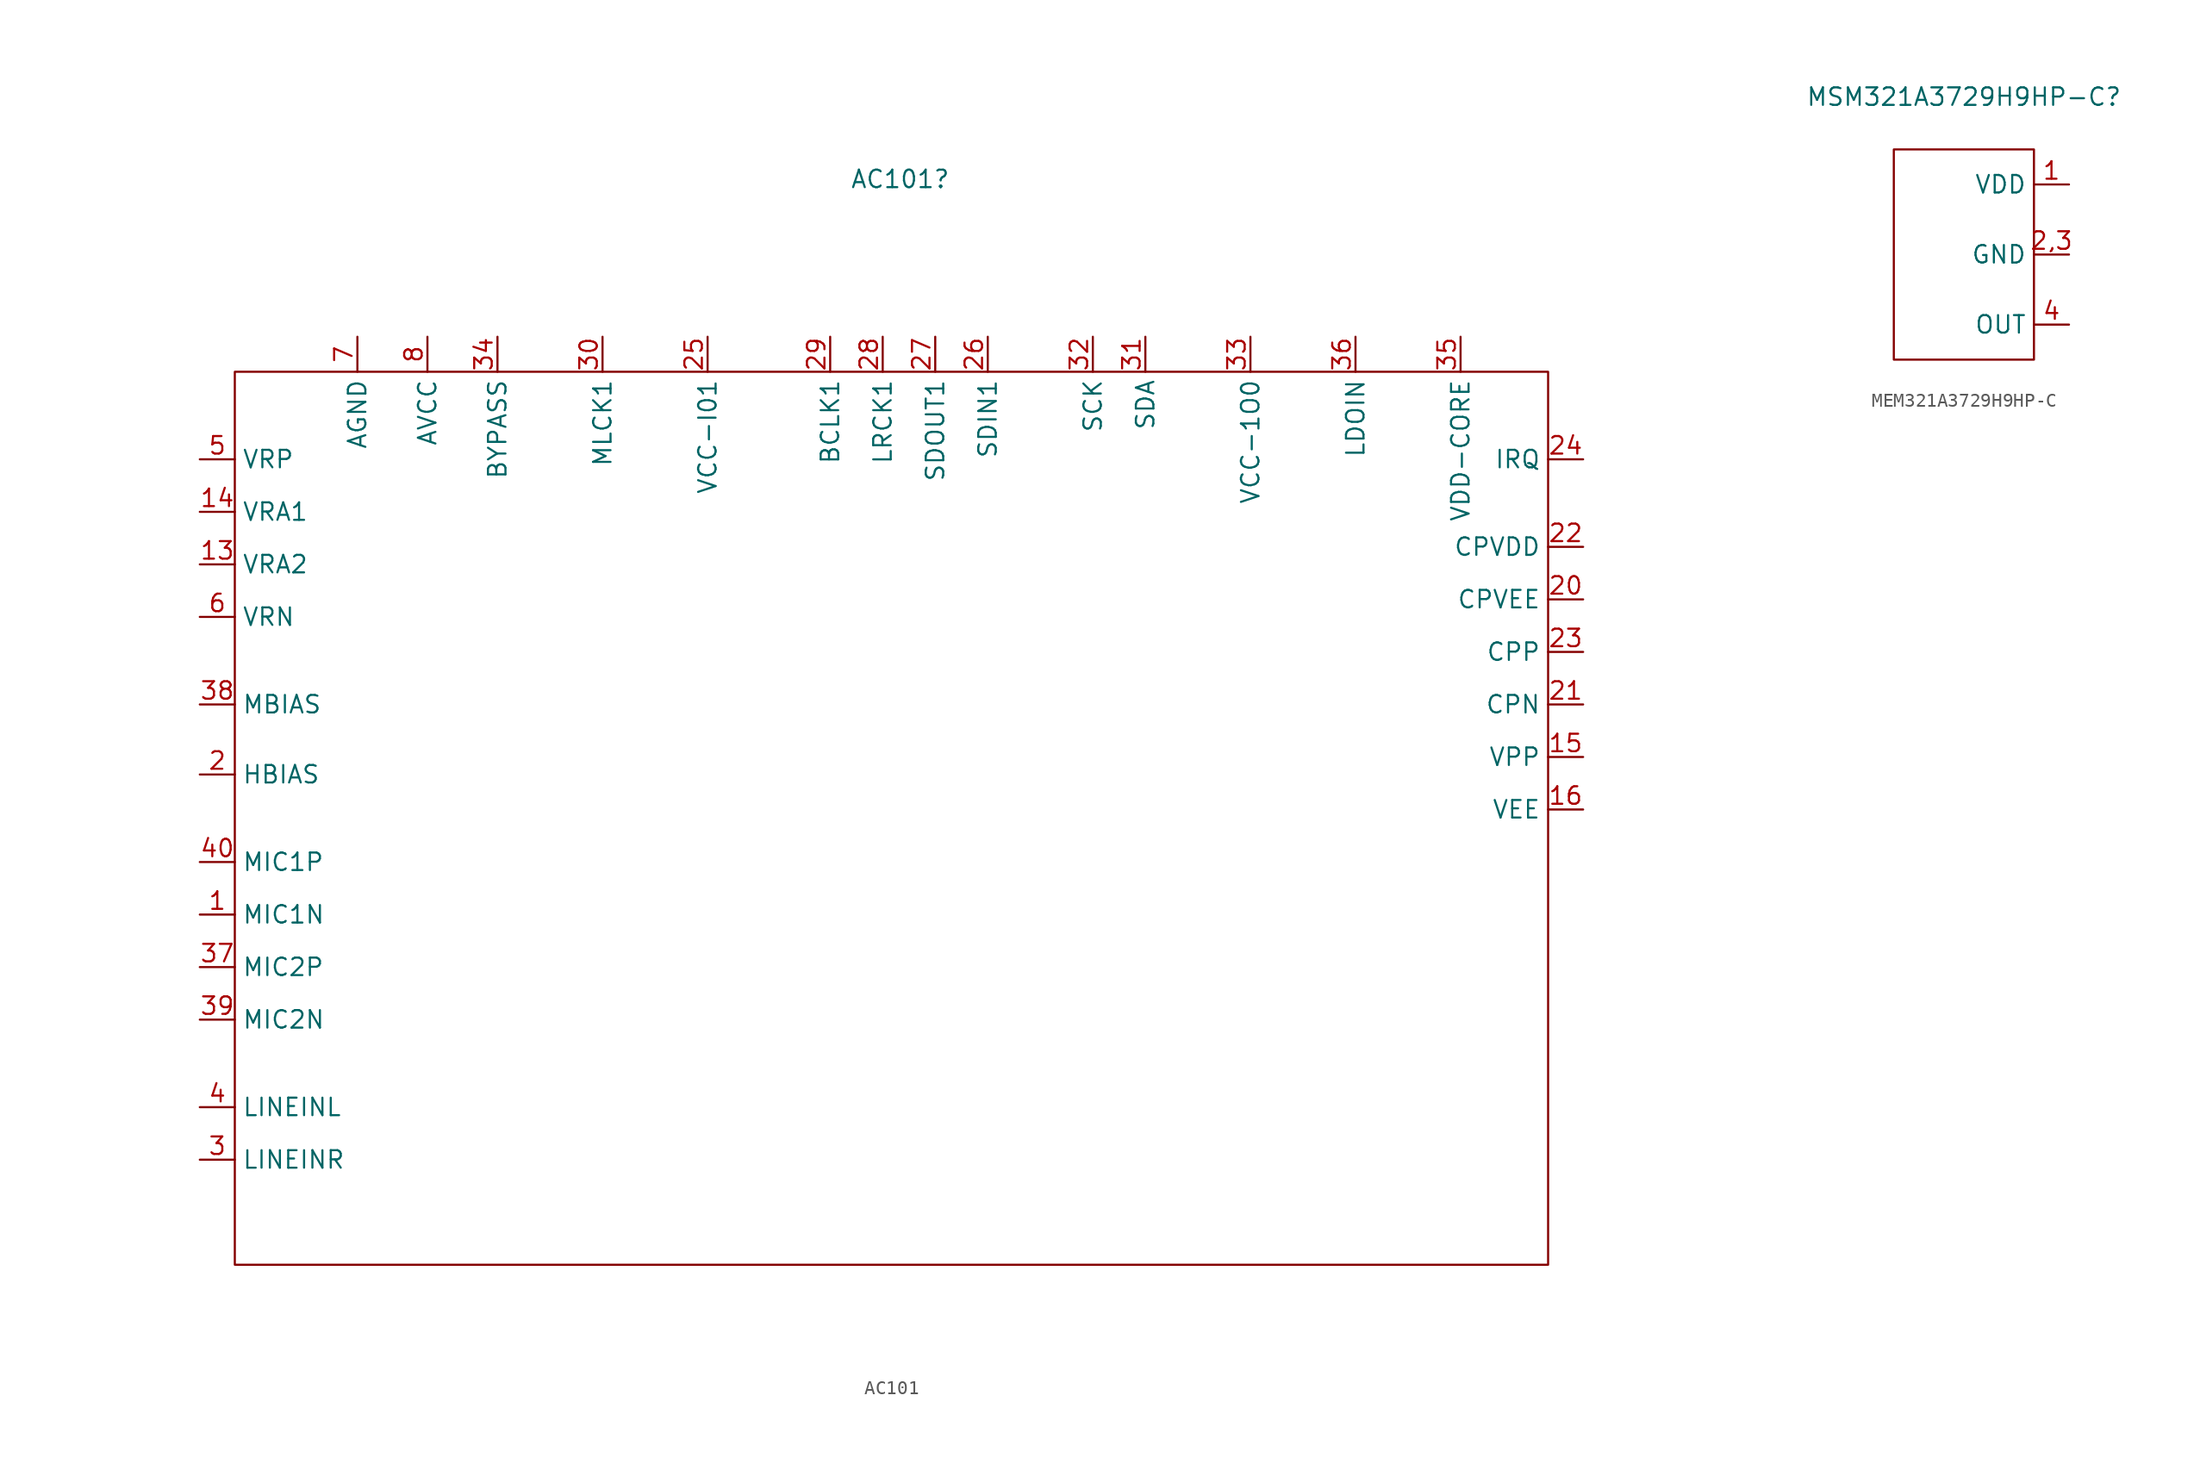
<source format=kicad_sym>
(kicad_symbol_lib
  (version 20231120)
  (generator "kicad_symbol_editor")
  (generator_version "8.0")
  (symbol "AC101"
    (property "Reference" "AC101"
      (at 0 45.72 0)
      (effects (font (size 1.27 1.27))))
    (property "Value" ""
      (at -21.59 20.32 0)
      (effects (font (size 1.27 1.27))))
    (symbol "AC101_0_1"
      (rectangle (start -48.26 31.75) (end 46.99 -33.02) (stroke (width 0) (type default)) (fill (type none))))
    (symbol "AC101_1_1"
      (pin input line (at -50.8 -7.62 0) (length 2.54) (name "MIC1N" (effects (font (size 1.27 1.27)))) (number "1" (effects (font (size 1.27 1.27)))))
      (pin output line (at -50.8 17.78 0) (length 2.54) (name "VRA2" (effects (font (size 1.27 1.27)))) (number "13" (effects (font (size 1.27 1.27)))))
      (pin output line (at -50.8 21.59 0) (length 2.54) (name "VRA1" (effects (font (size 1.27 1.27)))) (number "14" (effects (font (size 1.27 1.27)))))
      (pin power_in line (at 49.53 3.81 180) (length 2.54) (name "VPP" (effects (font (size 1.27 1.27)))) (number "15" (effects (font (size 1.27 1.27)))))
      (pin power_in line (at 49.53 0 180) (length 2.54) (name "VEE" (effects (font (size 1.27 1.27)))) (number "16" (effects (font (size 1.27 1.27)))))
      (pin output line (at -50.8 2.54 0) (length 2.54) (name "HBIAS" (effects (font (size 1.27 1.27)))) (number "2" (effects (font (size 1.27 1.27)))))
      (pin power_in line (at 49.53 15.24 180) (length 2.54) (name "CPVEE" (effects (font (size 1.27 1.27)))) (number "20" (effects (font (size 1.27 1.27)))))
      (pin bidirectional line (at 49.53 7.62 180) (length 2.54) (name "CPN" (effects (font (size 1.27 1.27)))) (number "21" (effects (font (size 1.27 1.27)))))
      (pin power_in line (at 49.53 19.05 180) (length 2.54) (name "CPVDD" (effects (font (size 1.27 1.27)))) (number "22" (effects (font (size 1.27 1.27)))))
      (pin bidirectional line (at 49.53 11.43 180) (length 2.54) (name "CPP" (effects (font (size 1.27 1.27)))) (number "23" (effects (font (size 1.27 1.27)))))
      (pin output line (at 49.53 25.4 180) (length 2.54) (name "IRQ" (effects (font (size 1.27 1.27)))) (number "24" (effects (font (size 1.27 1.27)))))
      (pin power_in line (at -13.97 34.29 270) (length 2.54) (name "VCC-I01" (effects (font (size 1.27 1.27)))) (number "25" (effects (font (size 1.27 1.27)))))
      (pin input line (at 6.35 34.29 270) (length 2.54) (name "SDIN1" (effects (font (size 1.27 1.27)))) (number "26" (effects (font (size 1.27 1.27)))))
      (pin output line (at 2.54 34.29 270) (length 2.54) (name "SDOUT1" (effects (font (size 1.27 1.27)))) (number "27" (effects (font (size 1.27 1.27)))))
      (pin bidirectional line (at -1.27 34.29 270) (length 2.54) (name "LRCK1" (effects (font (size 1.27 1.27)))) (number "28" (effects (font (size 1.27 1.27)))))
      (pin bidirectional line (at -5.08 34.29 270) (length 2.54) (name "BCLK1" (effects (font (size 1.27 1.27)))) (number "29" (effects (font (size 1.27 1.27)))))
      (pin input line (at -50.8 -25.4 0) (length 2.54) (name "LINEINR" (effects (font (size 1.27 1.27)))) (number "3" (effects (font (size 1.27 1.27)))))
      (pin input line (at -21.59 34.29 270) (length 2.54) (name "MLCK1" (effects (font (size 1.27 1.27)))) (number "30" (effects (font (size 1.27 1.27)))))
      (pin bidirectional line (at 17.78 34.29 270) (length 2.54) (name "SDA" (effects (font (size 1.27 1.27)))) (number "31" (effects (font (size 1.27 1.27)))))
      (pin input line (at 13.97 34.29 270) (length 2.54) (name "SCK" (effects (font (size 1.27 1.27)))) (number "32" (effects (font (size 1.27 1.27)))))
      (pin power_in line (at 25.4 34.29 270) (length 2.54) (name "VCC-1O0" (effects (font (size 1.27 1.27)))) (number "33" (effects (font (size 1.27 1.27)))))
      (pin power_in line (at -29.21 34.29 270) (length 2.54) (name "BYPASS" (effects (font (size 1.27 1.27)))) (number "34" (effects (font (size 1.27 1.27)))))
      (pin power_in line (at 40.64 34.29 270) (length 2.54) (name "VDD-CORE" (effects (font (size 1.27 1.27)))) (number "35" (effects (font (size 1.27 1.27)))))
      (pin power_in line (at 33.02 34.29 270) (length 2.54) (name "LDOIN" (effects (font (size 1.27 1.27)))) (number "36" (effects (font (size 1.27 1.27)))))
      (pin bidirectional line (at -50.8 -11.43 0) (length 2.54) (name "MIC2P" (effects (font (size 1.27 1.27)))) (number "37" (effects (font (size 1.27 1.27)))))
      (pin output line (at -50.8 7.62 0) (length 2.54) (name "MBIAS" (effects (font (size 1.27 1.27)))) (number "38" (effects (font (size 1.27 1.27)))))
      (pin bidirectional line (at -50.8 -15.24 0) (length 2.54) (name "MIC2N" (effects (font (size 1.27 1.27)))) (number "39" (effects (font (size 1.27 1.27)))))
      (pin input line (at -50.8 -21.59 0) (length 2.54) (name "LINEINL" (effects (font (size 1.27 1.27)))) (number "4" (effects (font (size 1.27 1.27)))))
      (pin input line (at -50.8 -3.81 0) (length 2.54) (name "MIC1P" (effects (font (size 1.27 1.27)))) (number "40" (effects (font (size 1.27 1.27)))))
      (pin output line (at -50.8 25.4 0) (length 2.54) (name "VRP" (effects (font (size 1.27 1.27)))) (number "5" (effects (font (size 1.27 1.27)))))
      (pin output line (at -50.8 13.97 0) (length 2.54) (name "VRN" (effects (font (size 1.27 1.27)))) (number "6" (effects (font (size 1.27 1.27)))))
      (pin power_in line (at -39.37 34.29 270) (length 2.54) (name "AGND" (effects (font (size 1.27 1.27)))) (number "7" (effects (font (size 1.27 1.27)))))
      (pin power_in line (at -34.29 34.29 270) (length 2.54) (name "AVCC" (effects (font (size 1.27 1.27)))) (number "8" (effects (font (size 1.27 1.27)))))))
  (symbol "MEM321A3729H9HP-C"
    (property "Reference" "MSM321A3729H9HP-C"
      (at 0 11.43 0)
      (effects (font (size 1.27 1.27))))
    (property "Value" ""
      (at 0 0 0)
      (effects (font (size 1.27 1.27))))
    (symbol "MEM321A3729H9HP-C_0_1"
      (rectangle (start -5.08 7.62) (end 5.08 -7.62) (stroke (width 0) (type default)) (fill (type none))))
    (symbol "MEM321A3729H9HP-C_1_1"
      (pin power_in line (at 7.62 5.08 180) (length 2.54) (name "VDD" (effects (font (size 1.27 1.27)))) (number "1" (effects (font (size 1.27 1.27)))))
      (pin power_in line (at 7.62 0 180) (length 2.54) (name "GND" (effects (font (size 1.27 1.27)))) (number "2,3" (effects (font (size 1.27 1.27)))))
      (pin output line (at 7.62 -5.08 180) (length 2.54) (name "OUT" (effects (font (size 1.27 1.27)))) (number "4" (effects (font (size 1.27 1.27))))))))
</source>
